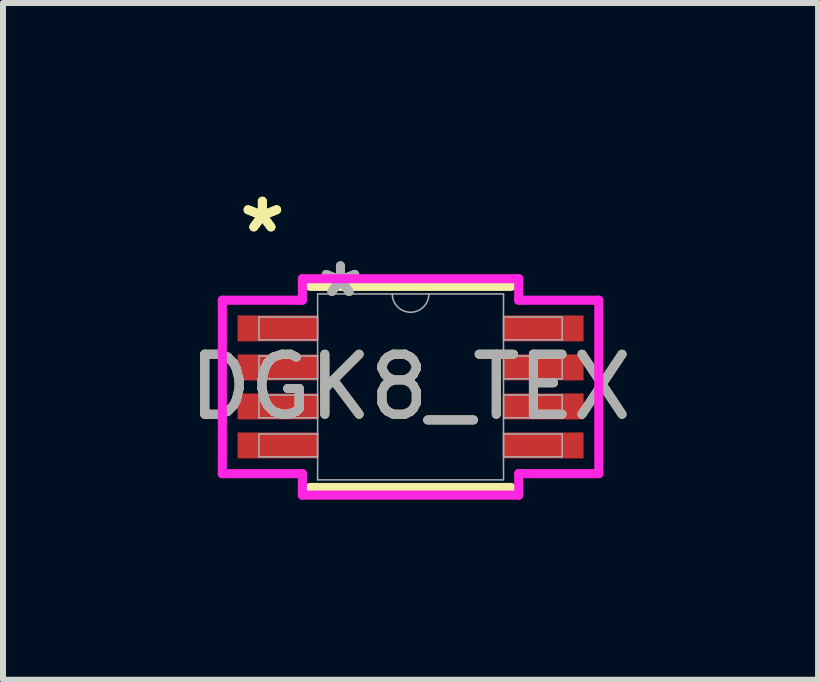
<source format=kicad_pcb>
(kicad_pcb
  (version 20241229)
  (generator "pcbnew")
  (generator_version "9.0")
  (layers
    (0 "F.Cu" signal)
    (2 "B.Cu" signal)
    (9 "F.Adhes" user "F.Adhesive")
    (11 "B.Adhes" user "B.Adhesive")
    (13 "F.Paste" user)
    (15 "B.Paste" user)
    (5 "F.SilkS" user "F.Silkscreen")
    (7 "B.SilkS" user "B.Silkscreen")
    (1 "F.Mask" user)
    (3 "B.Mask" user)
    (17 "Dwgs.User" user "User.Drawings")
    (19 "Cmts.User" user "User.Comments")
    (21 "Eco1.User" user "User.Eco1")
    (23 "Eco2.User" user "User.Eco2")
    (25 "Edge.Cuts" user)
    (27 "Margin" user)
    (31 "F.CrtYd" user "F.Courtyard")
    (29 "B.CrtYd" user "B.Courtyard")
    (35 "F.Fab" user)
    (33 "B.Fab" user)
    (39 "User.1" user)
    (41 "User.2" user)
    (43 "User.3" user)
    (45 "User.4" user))
  (footprint "DGK8_TEX"
    (layer "F.Cu")
    (at 3.792 3.398)
    (property "Reference" "DGK8_TEX" (at 0 0 0) (unlocked yes) (layer "F.SilkS") (effects (font (size 1 1) (thickness 0.15))))
    (attr smd)
    (fp_line (start -1.676 1.676) (end 1.676 1.676) (stroke (width 0.152) (type solid)) (layer "F.SilkS"))
    (fp_line (start 1.676 -1.676) (end -1.676 -1.676) (stroke (width 0.152) (type solid)) (layer "F.SilkS"))
    (fp_line (start -3.137 -1.445) (end -1.803 -1.445) (stroke (width 0.152) (type solid)) (layer "F.CrtYd"))
    (fp_line (start -3.137 1.445) (end -3.137 -1.445) (stroke (width 0.152) (type solid)) (layer "F.CrtYd"))
    (fp_line (start -3.137 1.445) (end -1.803 1.445) (stroke (width 0.152) (type solid)) (layer "F.CrtYd"))
    (fp_line (start -1.803 -1.803) (end 1.803 -1.803) (stroke (width 0.152) (type solid)) (layer "F.CrtYd"))
    (fp_line (start -1.803 -1.445) (end -1.803 -1.803) (stroke (width 0.152) (type solid)) (layer "F.CrtYd"))
    (fp_line (start -1.803 1.803) (end -1.803 1.445) (stroke (width 0.152) (type solid)) (layer "F.CrtYd"))
    (fp_line (start 1.803 -1.803) (end 1.803 -1.445) (stroke (width 0.152) (type solid)) (layer "F.CrtYd"))
    (fp_line (start 1.803 1.445) (end 1.803 1.803) (stroke (width 0.152) (type solid)) (layer "F.CrtYd"))
    (fp_line (start 1.803 1.803) (end -1.803 1.803) (stroke (width 0.152) (type solid)) (layer "F.CrtYd"))
    (fp_line (start 3.137 -1.445) (end 1.803 -1.445) (stroke (width 0.152) (type solid)) (layer "F.CrtYd"))
    (fp_line (start 3.137 -1.445) (end 3.137 1.445) (stroke (width 0.152) (type solid)) (layer "F.CrtYd"))
    (fp_line (start 3.137 1.445) (end 1.803 1.445) (stroke (width 0.152) (type solid)) (layer "F.CrtYd"))
    (fp_line (start -2.527 -1.165) (end -2.527 -0.784) (stroke (width 0.025) (type solid)) (layer "F.Fab"))
    (fp_line (start -2.527 -0.784) (end -1.549 -0.784) (stroke (width 0.025) (type solid)) (layer "F.Fab"))
    (fp_line (start -2.527 -0.515) (end -2.527 -0.135) (stroke (width 0.025) (type solid)) (layer "F.Fab"))
    (fp_line (start -2.527 -0.135) (end -1.549 -0.135) (stroke (width 0.025) (type solid)) (layer "F.Fab"))
    (fp_line (start -2.527 0.135) (end -2.527 0.515) (stroke (width 0.025) (type solid)) (layer "F.Fab"))
    (fp_line (start -2.527 0.515) (end -1.549 0.515) (stroke (width 0.025) (type solid)) (layer "F.Fab"))
    (fp_line (start -2.527 0.784) (end -2.527 1.165) (stroke (width 0.025) (type solid)) (layer "F.Fab"))
    (fp_line (start -2.527 1.165) (end -1.549 1.165) (stroke (width 0.025) (type solid)) (layer "F.Fab"))
    (fp_line (start -1.549 -1.549) (end -1.549 1.549) (stroke (width 0.025) (type solid)) (layer "F.Fab"))
    (fp_line (start -1.549 -1.165) (end -2.527 -1.165) (stroke (width 0.025) (type solid)) (layer "F.Fab"))
    (fp_line (start -1.549 -0.784) (end -1.549 -1.165) (stroke (width 0.025) (type solid)) (layer "F.Fab"))
    (fp_line (start -1.549 -0.515) (end -2.527 -0.515) (stroke (width 0.025) (type solid)) (layer "F.Fab"))
    (fp_line (start -1.549 -0.135) (end -1.549 -0.515) (stroke (width 0.025) (type solid)) (layer "F.Fab"))
    (fp_line (start -1.549 0.135) (end -2.527 0.135) (stroke (width 0.025) (type solid)) (layer "F.Fab"))
    (fp_line (start -1.549 0.515) (end -1.549 0.135) (stroke (width 0.025) (type solid)) (layer "F.Fab"))
    (fp_line (start -1.549 0.784) (end -2.527 0.784) (stroke (width 0.025) (type solid)) (layer "F.Fab"))
    (fp_line (start -1.549 1.165) (end -1.549 0.784) (stroke (width 0.025) (type solid)) (layer "F.Fab"))
    (fp_line (start -1.549 1.549) (end 1.549 1.549) (stroke (width 0.025) (type solid)) (layer "F.Fab"))
    (fp_line (start 1.549 -1.549) (end -1.549 -1.549) (stroke (width 0.025) (type solid)) (layer "F.Fab"))
    (fp_line (start 1.549 -1.165) (end 1.549 -0.784) (stroke (width 0.025) (type solid)) (layer "F.Fab"))
    (fp_line (start 1.549 -0.784) (end 2.527 -0.784) (stroke (width 0.025) (type solid)) (layer "F.Fab"))
    (fp_line (start 1.549 -0.515) (end 1.549 -0.135) (stroke (width 0.025) (type solid)) (layer "F.Fab"))
    (fp_line (start 1.549 -0.135) (end 2.527 -0.135) (stroke (width 0.025) (type solid)) (layer "F.Fab"))
    (fp_line (start 1.549 0.135) (end 1.549 0.515) (stroke (width 0.025) (type solid)) (layer "F.Fab"))
    (fp_line (start 1.549 0.515) (end 2.527 0.515) (stroke (width 0.025) (type solid)) (layer "F.Fab"))
    (fp_line (start 1.549 0.784) (end 1.549 1.165) (stroke (width 0.025) (type solid)) (layer "F.Fab"))
    (fp_line (start 1.549 1.165) (end 2.527 1.165) (stroke (width 0.025) (type solid)) (layer "F.Fab"))
    (fp_line (start 1.549 1.549) (end 1.549 -1.549) (stroke (width 0.025) (type solid)) (layer "F.Fab"))
    (fp_line (start 2.527 -1.165) (end 1.549 -1.165) (stroke (width 0.025) (type solid)) (layer "F.Fab"))
    (fp_line (start 2.527 -0.784) (end 2.527 -1.165) (stroke (width 0.025) (type solid)) (layer "F.Fab"))
    (fp_line (start 2.527 -0.515) (end 1.549 -0.515) (stroke (width 0.025) (type solid)) (layer "F.Fab"))
    (fp_line (start 2.527 -0.135) (end 2.527 -0.515) (stroke (width 0.025) (type solid)) (layer "F.Fab"))
    (fp_line (start 2.527 0.135) (end 1.549 0.135) (stroke (width 0.025) (type solid)) (layer "F.Fab"))
    (fp_line (start 2.527 0.515) (end 2.527 0.135) (stroke (width 0.025) (type solid)) (layer "F.Fab"))
    (fp_line (start 2.527 0.784) (end 1.549 0.784) (stroke (width 0.025) (type solid)) (layer "F.Fab"))
    (fp_line (start 2.527 1.165) (end 2.527 0.784) (stroke (width 0.025) (type solid)) (layer "F.Fab"))
    (fp_arc (start 0.3048 -1.5494) (mid 0 -1.2446) (end -0.3048 -1.5494) (stroke (width 0.0254) (type solid)) (layer "F.Fab"))
    (fp_text user "*" (at -2.47 -2.55 0) (unlocked yes) (layer "F.SilkS") (effects (font (size 1 1) (thickness 0.15))))
    (fp_text user "*" (at -2.47 -2.55 0) (layer "F.SilkS") (effects (font (size 1 1) (thickness 0.15))))
    (fp_text user "*" (at -1.168 -1.473 0) (unlocked yes) (layer "F.Fab") (effects (font (size 1 1) (thickness 0.15))))
    (fp_text user "*" (at -1.168 -1.473 0) (layer "F.Fab") (effects (font (size 1 1) (thickness 0.15))))
    (fp_text user "${REFERENCE}" (at 0 0 0) (unlocked yes) (layer "F.Fab") (effects (font (size 1 1) (thickness 0.15))))
    (pad "1" smd rect (at -2.216 -0.975) (size 1.333 0.432) (layers "F.Cu" "F.Mask" "F.Paste"))
    (pad "2" smd rect (at -2.216 -0.325) (size 1.333 0.432) (layers "F.Cu" "F.Mask" "F.Paste"))
    (pad "3" smd rect (at -2.216 0.325) (size 1.333 0.432) (layers "F.Cu" "F.Mask" "F.Paste"))
    (pad "4" smd rect (at -2.216 0.975) (size 1.333 0.432) (layers "F.Cu" "F.Mask" "F.Paste"))
    (pad "5" smd rect (at 2.216 0.975) (size 1.333 0.432) (layers "F.Cu" "F.Mask" "F.Paste"))
    (pad "6" smd rect (at 2.216 0.325) (size 1.333 0.432) (layers "F.Cu" "F.Mask" "F.Paste"))
    (pad "7" smd rect (at 2.216 -0.325) (size 1.333 0.432) (layers "F.Cu" "F.Mask" "F.Paste"))
    (pad "8" smd rect (at 2.216 -0.975) (size 1.333 0.432) (layers "F.Cu" "F.Mask" "F.Paste")))
  (gr_rect
    (start -3 -3)
    (end 10.583 8.278)
    (stroke (width 0.1) (type default))
    (fill no)
    (layer "Edge.Cuts")))
</source>
